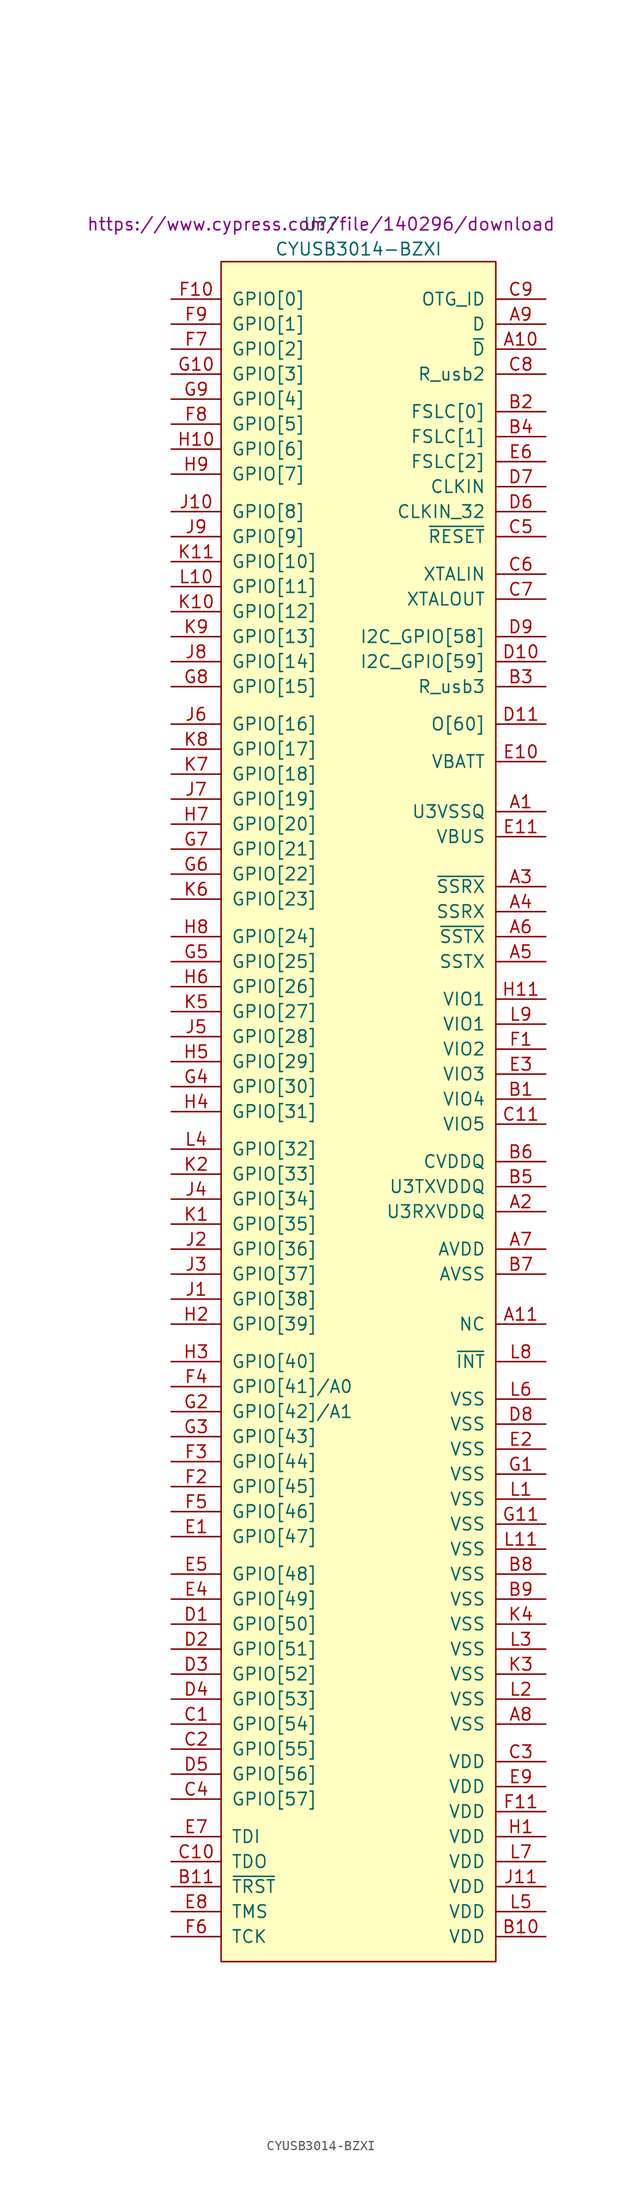
<source format=kicad_sym>
(kicad_symbol_lib
  (version 20211014)
  (generator kicad_symbol_editor)
  (symbol "CYUSB3014-BZXI"
    (pin_names
      (offset 1.016))
    (property "Reference" "U?"
      (at -3.81 82.55 0)
      (effects (font (size 1.27 1.27))))
    (property "Value" "CYUSB3014-BZXI"
      (at 0 80.01 0)
      (effects (font (size 1.27 1.27))))
    (property "Datasheet" "https://www.cypress.com/file/140296/download"
      (at -3.81 82.55 0)
      (effects (font (size 1.27 1.27))))
    (symbol "CYUSB3014-BZXI_0_1"
      (rectangle (start -13.97 78.74) (end 13.97 -93.98) (stroke (width 0) (type default) (color 0 0 0 0)) (fill (type background))))
    (symbol "CYUSB3014-BZXI_1_1"
      (pin power_in line (at 19.05 22.86 180) (length 5.08) (name "U3VSSQ" (effects (font (size 1.27 1.27)))) (number "A1" (effects (font (size 1.27 1.27)))))
      (pin bidirectional line (at 19.05 69.85 180) (length 5.08) (name "~{D}" (effects (font (size 1.27 1.27)))) (number "A10" (effects (font (size 1.27 1.27)))))
      (pin input line (at 19.05 -29.21 180) (length 5.08) (name "NC" (effects (font (size 1.27 1.27)))) (number "A11" (effects (font (size 1.27 1.27)))))
      (pin power_in line (at 19.05 -17.78 180) (length 5.08) (name "U3RXVDDQ" (effects (font (size 1.27 1.27)))) (number "A2" (effects (font (size 1.27 1.27)))))
      (pin input line (at 19.05 15.24 180) (length 5.08) (name "~{SSRX}" (effects (font (size 1.27 1.27)))) (number "A3" (effects (font (size 1.27 1.27)))))
      (pin input line (at 19.05 12.7 180) (length 5.08) (name "SSRX" (effects (font (size 1.27 1.27)))) (number "A4" (effects (font (size 1.27 1.27)))))
      (pin output line (at 19.05 7.62 180) (length 5.08) (name "SSTX" (effects (font (size 1.27 1.27)))) (number "A5" (effects (font (size 1.27 1.27)))))
      (pin output line (at 19.05 10.16 180) (length 5.08) (name "~{SSTX}" (effects (font (size 1.27 1.27)))) (number "A6" (effects (font (size 1.27 1.27)))))
      (pin power_in line (at 19.05 -21.59 180) (length 5.08) (name "AVDD" (effects (font (size 1.27 1.27)))) (number "A7" (effects (font (size 1.27 1.27)))))
      (pin power_in line (at 19.05 -69.85 180) (length 5.08) (name "VSS" (effects (font (size 1.27 1.27)))) (number "A8" (effects (font (size 1.27 1.27)))))
      (pin bidirectional line (at 19.05 72.39 180) (length 5.08) (name "D" (effects (font (size 1.27 1.27)))) (number "A9" (effects (font (size 1.27 1.27)))))
      (pin power_in line (at 19.05 -6.35 180) (length 5.08) (name "VIO4" (effects (font (size 1.27 1.27)))) (number "B1" (effects (font (size 1.27 1.27)))))
      (pin power_in line (at 19.05 -91.44 180) (length 5.08) (name "VDD" (effects (font (size 1.27 1.27)))) (number "B10" (effects (font (size 1.27 1.27)))))
      (pin input line (at -19.05 -86.36 0) (length 5.08) (name "~{TRST}" (effects (font (size 1.27 1.27)))) (number "B11" (effects (font (size 1.27 1.27)))))
      (pin input line (at 19.05 63.5 180) (length 5.08) (name "FSLC[0]" (effects (font (size 1.27 1.27)))) (number "B2" (effects (font (size 1.27 1.27)))))
      (pin bidirectional line (at 19.05 35.56 180) (length 5.08) (name "R_usb3" (effects (font (size 1.27 1.27)))) (number "B3" (effects (font (size 1.27 1.27)))))
      (pin input line (at 19.05 60.96 180) (length 5.08) (name "FSLC[1]" (effects (font (size 1.27 1.27)))) (number "B4" (effects (font (size 1.27 1.27)))))
      (pin power_in line (at 19.05 -15.24 180) (length 5.08) (name "U3TXVDDQ" (effects (font (size 1.27 1.27)))) (number "B5" (effects (font (size 1.27 1.27)))))
      (pin power_in line (at 19.05 -12.7 180) (length 5.08) (name "CVDDQ" (effects (font (size 1.27 1.27)))) (number "B6" (effects (font (size 1.27 1.27)))))
      (pin power_in line (at 19.05 -24.13 180) (length 5.08) (name "AVSS" (effects (font (size 1.27 1.27)))) (number "B7" (effects (font (size 1.27 1.27)))))
      (pin power_in line (at 19.05 -54.61 180) (length 5.08) (name "VSS" (effects (font (size 1.27 1.27)))) (number "B8" (effects (font (size 1.27 1.27)))))
      (pin power_in line (at 19.05 -57.15 180) (length 5.08) (name "VSS" (effects (font (size 1.27 1.27)))) (number "B9" (effects (font (size 1.27 1.27)))))
      (pin bidirectional line (at -19.05 -69.85 0) (length 5.08) (name "GPIO[54]" (effects (font (size 1.27 1.27)))) (number "C1" (effects (font (size 1.27 1.27)))))
      (pin output line (at -19.05 -83.82 0) (length 5.08) (name "TDO" (effects (font (size 1.27 1.27)))) (number "C10" (effects (font (size 1.27 1.27)))))
      (pin power_in line (at 19.05 -8.89 180) (length 5.08) (name "VIO5" (effects (font (size 1.27 1.27)))) (number "C11" (effects (font (size 1.27 1.27)))))
      (pin bidirectional line (at -19.05 -72.39 0) (length 5.08) (name "GPIO[55]" (effects (font (size 1.27 1.27)))) (number "C2" (effects (font (size 1.27 1.27)))))
      (pin power_in line (at 19.05 -73.66 180) (length 5.08) (name "VDD" (effects (font (size 1.27 1.27)))) (number "C3" (effects (font (size 1.27 1.27)))))
      (pin bidirectional line (at -19.05 -77.47 0) (length 5.08) (name "GPIO[57]" (effects (font (size 1.27 1.27)))) (number "C4" (effects (font (size 1.27 1.27)))))
      (pin input line (at 19.05 50.8 180) (length 5.08) (name "~{RESET}" (effects (font (size 1.27 1.27)))) (number "C5" (effects (font (size 1.27 1.27)))))
      (pin bidirectional line (at 19.05 46.99 180) (length 5.08) (name "XTALIN" (effects (font (size 1.27 1.27)))) (number "C6" (effects (font (size 1.27 1.27)))))
      (pin bidirectional line (at 19.05 44.45 180) (length 5.08) (name "XTALOUT" (effects (font (size 1.27 1.27)))) (number "C7" (effects (font (size 1.27 1.27)))))
      (pin bidirectional line (at 19.05 67.31 180) (length 5.08) (name "R_usb2" (effects (font (size 1.27 1.27)))) (number "C8" (effects (font (size 1.27 1.27)))))
      (pin input line (at 19.05 74.93 180) (length 5.08) (name "OTG_ID" (effects (font (size 1.27 1.27)))) (number "C9" (effects (font (size 1.27 1.27)))))
      (pin bidirectional line (at -19.05 -59.69 0) (length 5.08) (name "GPIO[50]" (effects (font (size 1.27 1.27)))) (number "D1" (effects (font (size 1.27 1.27)))))
      (pin input line (at 19.05 38.1 180) (length 5.08) (name "I2C_GPIO[59]" (effects (font (size 1.27 1.27)))) (number "D10" (effects (font (size 1.27 1.27)))))
      (pin output line (at 19.05 31.75 180) (length 5.08) (name "O[60]" (effects (font (size 1.27 1.27)))) (number "D11" (effects (font (size 1.27 1.27)))))
      (pin bidirectional line (at -19.05 -62.23 0) (length 5.08) (name "GPIO[51]" (effects (font (size 1.27 1.27)))) (number "D2" (effects (font (size 1.27 1.27)))))
      (pin bidirectional line (at -19.05 -64.77 0) (length 5.08) (name "GPIO[52]" (effects (font (size 1.27 1.27)))) (number "D3" (effects (font (size 1.27 1.27)))))
      (pin bidirectional line (at -19.05 -67.31 0) (length 5.08) (name "GPIO[53]" (effects (font (size 1.27 1.27)))) (number "D4" (effects (font (size 1.27 1.27)))))
      (pin bidirectional line (at -19.05 -74.93 0) (length 5.08) (name "GPIO[56]" (effects (font (size 1.27 1.27)))) (number "D5" (effects (font (size 1.27 1.27)))))
      (pin input line (at 19.05 53.34 180) (length 5.08) (name "CLKIN_32" (effects (font (size 1.27 1.27)))) (number "D6" (effects (font (size 1.27 1.27)))))
      (pin input line (at 19.05 55.88 180) (length 5.08) (name "CLKIN" (effects (font (size 1.27 1.27)))) (number "D7" (effects (font (size 1.27 1.27)))))
      (pin power_in line (at 19.05 -39.37 180) (length 5.08) (name "VSS" (effects (font (size 1.27 1.27)))) (number "D8" (effects (font (size 1.27 1.27)))))
      (pin input line (at 19.05 40.64 180) (length 5.08) (name "I2C_GPIO[58]" (effects (font (size 1.27 1.27)))) (number "D9" (effects (font (size 1.27 1.27)))))
      (pin bidirectional line (at -19.05 -50.8 0) (length 5.08) (name "GPIO[47]" (effects (font (size 1.27 1.27)))) (number "E1" (effects (font (size 1.27 1.27)))))
      (pin power_in line (at 19.05 27.94 180) (length 5.08) (name "VBATT" (effects (font (size 1.27 1.27)))) (number "E10" (effects (font (size 1.27 1.27)))))
      (pin power_in line (at 19.05 20.32 180) (length 5.08) (name "VBUS" (effects (font (size 1.27 1.27)))) (number "E11" (effects (font (size 1.27 1.27)))))
      (pin power_in line (at 19.05 -41.91 180) (length 5.08) (name "VSS" (effects (font (size 1.27 1.27)))) (number "E2" (effects (font (size 1.27 1.27)))))
      (pin power_in line (at 19.05 -3.81 180) (length 5.08) (name "VIO3" (effects (font (size 1.27 1.27)))) (number "E3" (effects (font (size 1.27 1.27)))))
      (pin bidirectional line (at -19.05 -57.15 0) (length 5.08) (name "GPIO[49]" (effects (font (size 1.27 1.27)))) (number "E4" (effects (font (size 1.27 1.27)))))
      (pin bidirectional line (at -19.05 -54.61 0) (length 5.08) (name "GPIO[48]" (effects (font (size 1.27 1.27)))) (number "E5" (effects (font (size 1.27 1.27)))))
      (pin input line (at 19.05 58.42 180) (length 5.08) (name "FSLC[2]" (effects (font (size 1.27 1.27)))) (number "E6" (effects (font (size 1.27 1.27)))))
      (pin input line (at -19.05 -81.28 0) (length 5.08) (name "TDI" (effects (font (size 1.27 1.27)))) (number "E7" (effects (font (size 1.27 1.27)))))
      (pin input line (at -19.05 -88.9 0) (length 5.08) (name "TMS" (effects (font (size 1.27 1.27)))) (number "E8" (effects (font (size 1.27 1.27)))))
      (pin power_in line (at 19.05 -76.2 180) (length 5.08) (name "VDD" (effects (font (size 1.27 1.27)))) (number "E9" (effects (font (size 1.27 1.27)))))
      (pin power_in line (at 19.05 -1.27 180) (length 5.08) (name "VIO2" (effects (font (size 1.27 1.27)))) (number "F1" (effects (font (size 1.27 1.27)))))
      (pin bidirectional line (at -19.05 74.93 0) (length 5.08) (name "GPIO[0]" (effects (font (size 1.27 1.27)))) (number "F10" (effects (font (size 1.27 1.27)))))
      (pin power_in line (at 19.05 -78.74 180) (length 5.08) (name "VDD" (effects (font (size 1.27 1.27)))) (number "F11" (effects (font (size 1.27 1.27)))))
      (pin bidirectional line (at -19.05 -45.72 0) (length 5.08) (name "GPIO[45]" (effects (font (size 1.27 1.27)))) (number "F2" (effects (font (size 1.27 1.27)))))
      (pin bidirectional line (at -19.05 -43.18 0) (length 5.08) (name "GPIO[44]" (effects (font (size 1.27 1.27)))) (number "F3" (effects (font (size 1.27 1.27)))))
      (pin bidirectional line (at -19.05 -35.56 0) (length 5.08) (name "GPIO[41]/A0" (effects (font (size 1.27 1.27)))) (number "F4" (effects (font (size 1.27 1.27)))))
      (pin bidirectional line (at -19.05 -48.26 0) (length 5.08) (name "GPIO[46]" (effects (font (size 1.27 1.27)))) (number "F5" (effects (font (size 1.27 1.27)))))
      (pin input line (at -19.05 -91.44 0) (length 5.08) (name "TCK" (effects (font (size 1.27 1.27)))) (number "F6" (effects (font (size 1.27 1.27)))))
      (pin bidirectional line (at -19.05 69.85 0) (length 5.08) (name "GPIO[2]" (effects (font (size 1.27 1.27)))) (number "F7" (effects (font (size 1.27 1.27)))))
      (pin bidirectional line (at -19.05 62.23 0) (length 5.08) (name "GPIO[5]" (effects (font (size 1.27 1.27)))) (number "F8" (effects (font (size 1.27 1.27)))))
      (pin bidirectional line (at -19.05 72.39 0) (length 5.08) (name "GPIO[1]" (effects (font (size 1.27 1.27)))) (number "F9" (effects (font (size 1.27 1.27)))))
      (pin power_in line (at 19.05 -44.45 180) (length 5.08) (name "VSS" (effects (font (size 1.27 1.27)))) (number "G1" (effects (font (size 1.27 1.27)))))
      (pin bidirectional line (at -19.05 67.31 0) (length 5.08) (name "GPIO[3]" (effects (font (size 1.27 1.27)))) (number "G10" (effects (font (size 1.27 1.27)))))
      (pin power_in line (at 19.05 -49.53 180) (length 5.08) (name "VSS" (effects (font (size 1.27 1.27)))) (number "G11" (effects (font (size 1.27 1.27)))))
      (pin bidirectional line (at -19.05 -38.1 0) (length 5.08) (name "GPIO[42]/A1" (effects (font (size 1.27 1.27)))) (number "G2" (effects (font (size 1.27 1.27)))))
      (pin bidirectional line (at -19.05 -40.64 0) (length 5.08) (name "GPIO[43]" (effects (font (size 1.27 1.27)))) (number "G3" (effects (font (size 1.27 1.27)))))
      (pin bidirectional line (at -19.05 -5.08 0) (length 5.08) (name "GPIO[30]" (effects (font (size 1.27 1.27)))) (number "G4" (effects (font (size 1.27 1.27)))))
      (pin bidirectional line (at -19.05 7.62 0) (length 5.08) (name "GPIO[25]" (effects (font (size 1.27 1.27)))) (number "G5" (effects (font (size 1.27 1.27)))))
      (pin bidirectional line (at -19.05 16.51 0) (length 5.08) (name "GPIO[22]" (effects (font (size 1.27 1.27)))) (number "G6" (effects (font (size 1.27 1.27)))))
      (pin bidirectional line (at -19.05 19.05 0) (length 5.08) (name "GPIO[21]" (effects (font (size 1.27 1.27)))) (number "G7" (effects (font (size 1.27 1.27)))))
      (pin bidirectional line (at -19.05 35.56 0) (length 5.08) (name "GPIO[15]" (effects (font (size 1.27 1.27)))) (number "G8" (effects (font (size 1.27 1.27)))))
      (pin bidirectional line (at -19.05 64.77 0) (length 5.08) (name "GPIO[4]" (effects (font (size 1.27 1.27)))) (number "G9" (effects (font (size 1.27 1.27)))))
      (pin power_in line (at 19.05 -81.28 180) (length 5.08) (name "VDD" (effects (font (size 1.27 1.27)))) (number "H1" (effects (font (size 1.27 1.27)))))
      (pin bidirectional line (at -19.05 59.69 0) (length 5.08) (name "GPIO[6]" (effects (font (size 1.27 1.27)))) (number "H10" (effects (font (size 1.27 1.27)))))
      (pin power_in line (at 19.05 3.81 180) (length 5.08) (name "VIO1" (effects (font (size 1.27 1.27)))) (number "H11" (effects (font (size 1.27 1.27)))))
      (pin bidirectional line (at -19.05 -29.21 0) (length 5.08) (name "GPIO[39]" (effects (font (size 1.27 1.27)))) (number "H2" (effects (font (size 1.27 1.27)))))
      (pin bidirectional line (at -19.05 -33.02 0) (length 5.08) (name "GPIO[40]" (effects (font (size 1.27 1.27)))) (number "H3" (effects (font (size 1.27 1.27)))))
      (pin bidirectional line (at -19.05 -7.62 0) (length 5.08) (name "GPIO[31]" (effects (font (size 1.27 1.27)))) (number "H4" (effects (font (size 1.27 1.27)))))
      (pin bidirectional line (at -19.05 -2.54 0) (length 5.08) (name "GPIO[29]" (effects (font (size 1.27 1.27)))) (number "H5" (effects (font (size 1.27 1.27)))))
      (pin bidirectional line (at -19.05 5.08 0) (length 5.08) (name "GPIO[26]" (effects (font (size 1.27 1.27)))) (number "H6" (effects (font (size 1.27 1.27)))))
      (pin bidirectional line (at -19.05 21.59 0) (length 5.08) (name "GPIO[20]" (effects (font (size 1.27 1.27)))) (number "H7" (effects (font (size 1.27 1.27)))))
      (pin bidirectional line (at -19.05 10.16 0) (length 5.08) (name "GPIO[24]" (effects (font (size 1.27 1.27)))) (number "H8" (effects (font (size 1.27 1.27)))))
      (pin bidirectional line (at -19.05 57.15 0) (length 5.08) (name "GPIO[7]" (effects (font (size 1.27 1.27)))) (number "H9" (effects (font (size 1.27 1.27)))))
      (pin bidirectional line (at -19.05 -26.67 0) (length 5.08) (name "GPIO[38]" (effects (font (size 1.27 1.27)))) (number "J1" (effects (font (size 1.27 1.27)))))
      (pin bidirectional line (at -19.05 53.34 0) (length 5.08) (name "GPIO[8]" (effects (font (size 1.27 1.27)))) (number "J10" (effects (font (size 1.27 1.27)))))
      (pin power_in line (at 19.05 -86.36 180) (length 5.08) (name "VDD" (effects (font (size 1.27 1.27)))) (number "J11" (effects (font (size 1.27 1.27)))))
      (pin bidirectional line (at -19.05 -21.59 0) (length 5.08) (name "GPIO[36]" (effects (font (size 1.27 1.27)))) (number "J2" (effects (font (size 1.27 1.27)))))
      (pin bidirectional line (at -19.05 -24.13 0) (length 5.08) (name "GPIO[37]" (effects (font (size 1.27 1.27)))) (number "J3" (effects (font (size 1.27 1.27)))))
      (pin bidirectional line (at -19.05 -16.51 0) (length 5.08) (name "GPIO[34]" (effects (font (size 1.27 1.27)))) (number "J4" (effects (font (size 1.27 1.27)))))
      (pin bidirectional line (at -19.05 0 0) (length 5.08) (name "GPIO[28]" (effects (font (size 1.27 1.27)))) (number "J5" (effects (font (size 1.27 1.27)))))
      (pin bidirectional line (at -19.05 31.75 0) (length 5.08) (name "GPIO[16]" (effects (font (size 1.27 1.27)))) (number "J6" (effects (font (size 1.27 1.27)))))
      (pin bidirectional line (at -19.05 24.13 0) (length 5.08) (name "GPIO[19]" (effects (font (size 1.27 1.27)))) (number "J7" (effects (font (size 1.27 1.27)))))
      (pin bidirectional line (at -19.05 38.1 0) (length 5.08) (name "GPIO[14]" (effects (font (size 1.27 1.27)))) (number "J8" (effects (font (size 1.27 1.27)))))
      (pin bidirectional line (at -19.05 50.8 0) (length 5.08) (name "GPIO[9]" (effects (font (size 1.27 1.27)))) (number "J9" (effects (font (size 1.27 1.27)))))
      (pin bidirectional line (at -19.05 -19.05 0) (length 5.08) (name "GPIO[35]" (effects (font (size 1.27 1.27)))) (number "K1" (effects (font (size 1.27 1.27)))))
      (pin bidirectional line (at -19.05 43.18 0) (length 5.08) (name "GPIO[12]" (effects (font (size 1.27 1.27)))) (number "K10" (effects (font (size 1.27 1.27)))))
      (pin bidirectional line (at -19.05 48.26 0) (length 5.08) (name "GPIO[10]" (effects (font (size 1.27 1.27)))) (number "K11" (effects (font (size 1.27 1.27)))))
      (pin bidirectional line (at -19.05 -13.97 0) (length 5.08) (name "GPIO[33]" (effects (font (size 1.27 1.27)))) (number "K2" (effects (font (size 1.27 1.27)))))
      (pin power_in line (at 19.05 -64.77 180) (length 5.08) (name "VSS" (effects (font (size 1.27 1.27)))) (number "K3" (effects (font (size 1.27 1.27)))))
      (pin power_in line (at 19.05 -59.69 180) (length 5.08) (name "VSS" (effects (font (size 1.27 1.27)))) (number "K4" (effects (font (size 1.27 1.27)))))
      (pin bidirectional line (at -19.05 2.54 0) (length 5.08) (name "GPIO[27]" (effects (font (size 1.27 1.27)))) (number "K5" (effects (font (size 1.27 1.27)))))
      (pin bidirectional line (at -19.05 13.97 0) (length 5.08) (name "GPIO[23]" (effects (font (size 1.27 1.27)))) (number "K6" (effects (font (size 1.27 1.27)))))
      (pin bidirectional line (at -19.05 26.67 0) (length 5.08) (name "GPIO[18]" (effects (font (size 1.27 1.27)))) (number "K7" (effects (font (size 1.27 1.27)))))
      (pin bidirectional line (at -19.05 29.21 0) (length 5.08) (name "GPIO[17]" (effects (font (size 1.27 1.27)))) (number "K8" (effects (font (size 1.27 1.27)))))
      (pin bidirectional line (at -19.05 40.64 0) (length 5.08) (name "GPIO[13]" (effects (font (size 1.27 1.27)))) (number "K9" (effects (font (size 1.27 1.27)))))
      (pin power_in line (at 19.05 -46.99 180) (length 5.08) (name "VSS" (effects (font (size 1.27 1.27)))) (number "L1" (effects (font (size 1.27 1.27)))))
      (pin bidirectional line (at -19.05 45.72 0) (length 5.08) (name "GPIO[11]" (effects (font (size 1.27 1.27)))) (number "L10" (effects (font (size 1.27 1.27)))))
      (pin power_in line (at 19.05 -52.07 180) (length 5.08) (name "VSS" (effects (font (size 1.27 1.27)))) (number "L11" (effects (font (size 1.27 1.27)))))
      (pin power_in line (at 19.05 -67.31 180) (length 5.08) (name "VSS" (effects (font (size 1.27 1.27)))) (number "L2" (effects (font (size 1.27 1.27)))))
      (pin power_in line (at 19.05 -62.23 180) (length 5.08) (name "VSS" (effects (font (size 1.27 1.27)))) (number "L3" (effects (font (size 1.27 1.27)))))
      (pin bidirectional line (at -19.05 -11.43 0) (length 5.08) (name "GPIO[32]" (effects (font (size 1.27 1.27)))) (number "L4" (effects (font (size 1.27 1.27)))))
      (pin power_in line (at 19.05 -88.9 180) (length 5.08) (name "VDD" (effects (font (size 1.27 1.27)))) (number "L5" (effects (font (size 1.27 1.27)))))
      (pin power_in line (at 19.05 -36.83 180) (length 5.08) (name "VSS" (effects (font (size 1.27 1.27)))) (number "L6" (effects (font (size 1.27 1.27)))))
      (pin power_in line (at 19.05 -83.82 180) (length 5.08) (name "VDD" (effects (font (size 1.27 1.27)))) (number "L7" (effects (font (size 1.27 1.27)))))
      (pin bidirectional line (at 19.05 -33.02 180) (length 5.08) (name "~{INT}" (effects (font (size 1.27 1.27)))) (number "L8" (effects (font (size 1.27 1.27)))))
      (pin power_in line (at 19.05 1.27 180) (length 5.08) (name "VIO1" (effects (font (size 1.27 1.27)))) (number "L9" (effects (font (size 1.27 1.27))))))))
</source>
